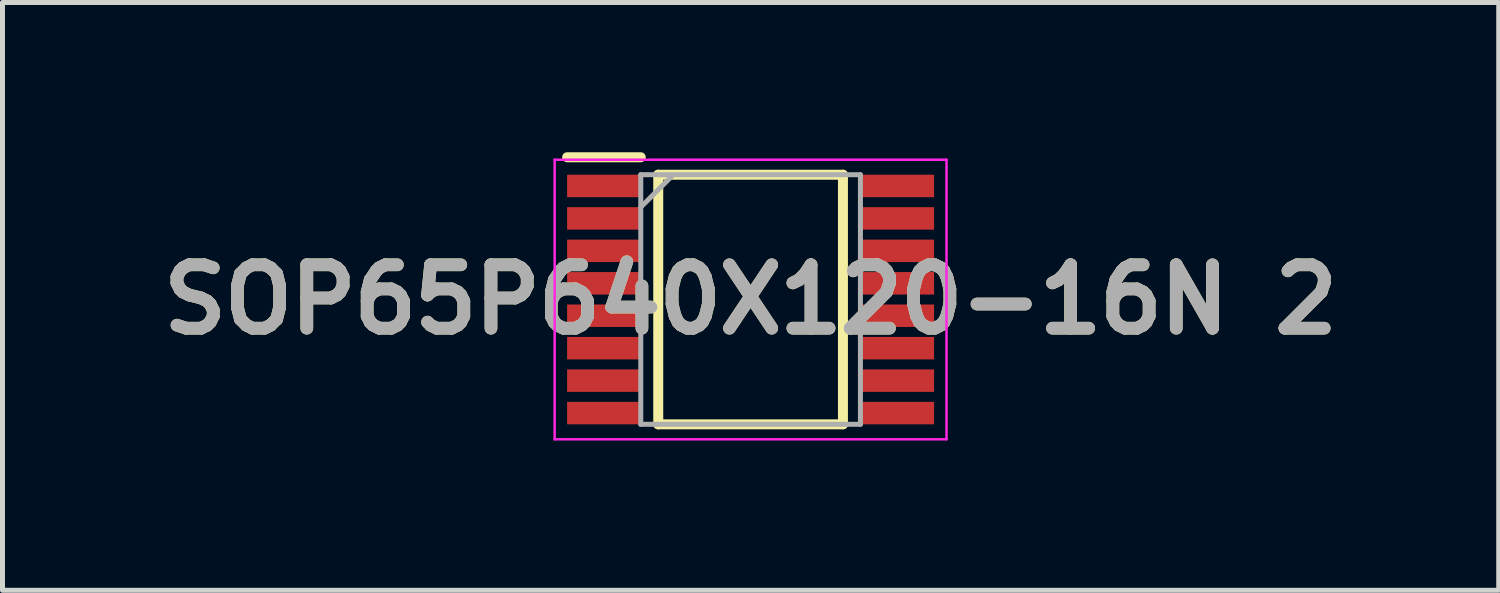
<source format=kicad_pcb>
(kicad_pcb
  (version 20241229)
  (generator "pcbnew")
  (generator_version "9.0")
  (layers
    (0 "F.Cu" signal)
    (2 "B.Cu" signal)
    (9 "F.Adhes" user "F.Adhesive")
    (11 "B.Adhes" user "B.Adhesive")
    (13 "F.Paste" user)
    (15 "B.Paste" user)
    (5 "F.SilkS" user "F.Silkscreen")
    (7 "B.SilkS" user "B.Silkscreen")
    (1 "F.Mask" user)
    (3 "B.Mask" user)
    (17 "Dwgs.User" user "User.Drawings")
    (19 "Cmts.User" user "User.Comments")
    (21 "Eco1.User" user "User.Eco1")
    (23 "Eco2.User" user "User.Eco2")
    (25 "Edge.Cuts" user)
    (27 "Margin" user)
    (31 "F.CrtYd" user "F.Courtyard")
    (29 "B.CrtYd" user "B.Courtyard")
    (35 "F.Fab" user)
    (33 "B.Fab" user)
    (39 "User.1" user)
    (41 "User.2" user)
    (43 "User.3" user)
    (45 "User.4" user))
  (footprint "SOP65P640X120-16N 2"
    (layer "F.Cu")
    (at 11.986 2.95)
    (property "Reference" "SOP65P640X120-16N 2" (at 0 0 0) (layer "F.SilkS") (effects (font (size 1.27 1.27) (thickness 0.254))))
    (attr smd)
    (fp_line (start -3.675 -2.85) (end -2.2 -2.85) (stroke (width 0.2) (type solid)) (layer "F.SilkS"))
    (fp_line (start -1.85 -2.5) (end 1.85 -2.5) (stroke (width 0.2) (type solid)) (layer "F.SilkS"))
    (fp_line (start -1.85 2.5) (end -1.85 -2.5) (stroke (width 0.2) (type solid)) (layer "F.SilkS"))
    (fp_line (start 1.85 -2.5) (end 1.85 2.5) (stroke (width 0.2) (type solid)) (layer "F.SilkS"))
    (fp_line (start 1.85 2.5) (end -1.85 2.5) (stroke (width 0.2) (type solid)) (layer "F.SilkS"))
    (fp_line (start -3.925 -2.8) (end 3.925 -2.8) (stroke (width 0.05) (type solid)) (layer "F.CrtYd"))
    (fp_line (start -3.925 2.8) (end -3.925 -2.8) (stroke (width 0.05) (type solid)) (layer "F.CrtYd"))
    (fp_line (start 3.925 -2.8) (end 3.925 2.8) (stroke (width 0.05) (type solid)) (layer "F.CrtYd"))
    (fp_line (start 3.925 2.8) (end -3.925 2.8) (stroke (width 0.05) (type solid)) (layer "F.CrtYd"))
    (fp_line (start -2.2 -2.5) (end 2.2 -2.5) (stroke (width 0.1) (type solid)) (layer "F.Fab"))
    (fp_line (start -2.2 -1.85) (end -1.55 -2.5) (stroke (width 0.1) (type solid)) (layer "F.Fab"))
    (fp_line (start -2.2 2.5) (end -2.2 -2.5) (stroke (width 0.1) (type solid)) (layer "F.Fab"))
    (fp_line (start 2.2 -2.5) (end 2.2 2.5) (stroke (width 0.1) (type solid)) (layer "F.Fab"))
    (fp_line (start 2.2 2.5) (end -2.2 2.5) (stroke (width 0.1) (type solid)) (layer "F.Fab"))
    (fp_text user "${REFERENCE}" (at 0 0 0) (layer "F.Fab") (effects (font (size 1.27 1.27) (thickness 0.254))))
    (pad "1" smd rect (at -2.938 -2.275 90) (size 0.45 1.475) (layers "F.Cu" "F.Mask" "F.Paste"))
    (pad "2" smd rect (at -2.938 -1.625 90) (size 0.45 1.475) (layers "F.Cu" "F.Mask" "F.Paste"))
    (pad "3" smd rect (at -2.938 -0.975 90) (size 0.45 1.475) (layers "F.Cu" "F.Mask" "F.Paste"))
    (pad "4" smd rect (at -2.938 -0.325 90) (size 0.45 1.475) (layers "F.Cu" "F.Mask" "F.Paste"))
    (pad "5" smd rect (at -2.938 0.325 90) (size 0.45 1.475) (layers "F.Cu" "F.Mask" "F.Paste"))
    (pad "6" smd rect (at -2.938 0.975 90) (size 0.45 1.475) (layers "F.Cu" "F.Mask" "F.Paste"))
    (pad "7" smd rect (at -2.938 1.625 90) (size 0.45 1.475) (layers "F.Cu" "F.Mask" "F.Paste"))
    (pad "8" smd rect (at -2.938 2.275 90) (size 0.45 1.475) (layers "F.Cu" "F.Mask" "F.Paste"))
    (pad "9" smd rect (at 2.938 2.275 90) (size 0.45 1.475) (layers "F.Cu" "F.Mask" "F.Paste"))
    (pad "10" smd rect (at 2.938 1.625 90) (size 0.45 1.475) (layers "F.Cu" "F.Mask" "F.Paste"))
    (pad "11" smd rect (at 2.938 0.975 90) (size 0.45 1.475) (layers "F.Cu" "F.Mask" "F.Paste"))
    (pad "12" smd rect (at 2.938 0.325 90) (size 0.45 1.475) (layers "F.Cu" "F.Mask" "F.Paste"))
    (pad "13" smd rect (at 2.938 -0.325 90) (size 0.45 1.475) (layers "F.Cu" "F.Mask" "F.Paste"))
    (pad "14" smd rect (at 2.938 -0.975 90) (size 0.45 1.475) (layers "F.Cu" "F.Mask" "F.Paste"))
    (pad "15" smd rect (at 2.938 -1.625 90) (size 0.45 1.475) (layers "F.Cu" "F.Mask" "F.Paste"))
    (pad "16" smd rect (at 2.938 -2.275 90) (size 0.45 1.475) (layers "F.Cu" "F.Mask" "F.Paste")))
  (gr_rect
    (start -3 -3)
    (end 26.973 8.775)
    (stroke (width 0.1) (type default))
    (fill no)
    (layer "Edge.Cuts")))
</source>
